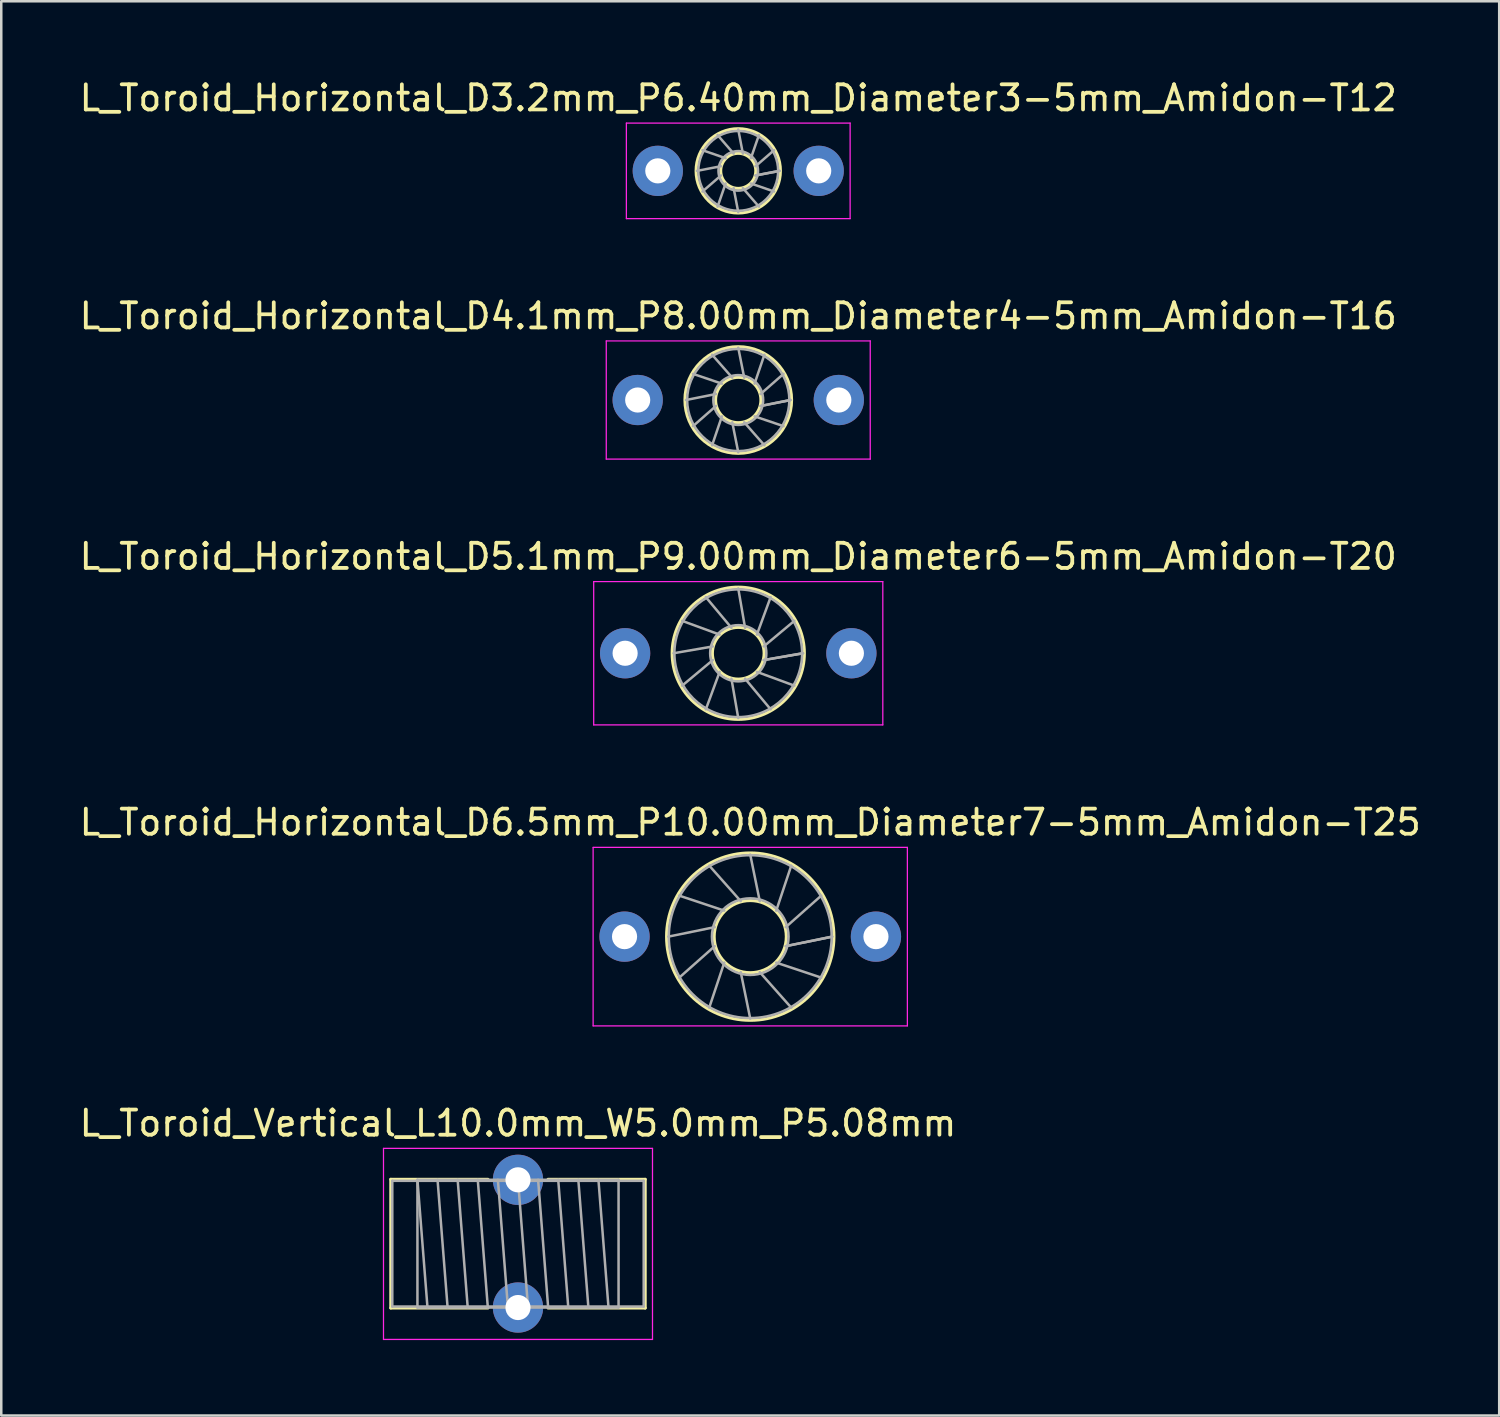
<source format=kicad_pcb>
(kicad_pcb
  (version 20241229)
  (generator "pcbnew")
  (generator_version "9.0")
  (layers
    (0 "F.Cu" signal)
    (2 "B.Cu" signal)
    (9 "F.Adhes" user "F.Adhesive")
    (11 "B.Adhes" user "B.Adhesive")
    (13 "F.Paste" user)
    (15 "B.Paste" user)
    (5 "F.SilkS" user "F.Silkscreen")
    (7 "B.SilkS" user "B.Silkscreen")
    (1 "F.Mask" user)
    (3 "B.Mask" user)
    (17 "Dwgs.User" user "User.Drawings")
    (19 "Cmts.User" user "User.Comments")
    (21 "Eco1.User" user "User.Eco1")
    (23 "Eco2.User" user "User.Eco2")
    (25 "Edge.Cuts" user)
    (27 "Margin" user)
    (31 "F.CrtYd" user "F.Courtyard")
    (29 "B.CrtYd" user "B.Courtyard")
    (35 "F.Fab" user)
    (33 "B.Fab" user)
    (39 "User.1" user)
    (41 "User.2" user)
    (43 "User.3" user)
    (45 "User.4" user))
  (footprint "L_Toroid_Horizontal_D6.5mm_P10.00mm_Diameter7-5mm_Amidon-T25"
    (layer "F.Cu")
    (at 21.792 34.206)
    (property "Reference" "L_Toroid_Horizontal_D6.5mm_P10.00mm_Diameter7-5mm_Amidon-T25" (at 5 -4.548 0) (layer "F.SilkS") (effects (font (size 1 1) (thickness 0.15))))
    (attr through_hole)
    (fp_circle (center 5 0) (end 6.434 0) (stroke (width 0.12) (type solid)) (fill no) (layer "F.SilkS"))
    (fp_circle (center 5 0) (end 8.329 0) (stroke (width 0.12) (type solid)) (fill no) (layer "F.SilkS"))
    (fp_line (start -1.25 -3.55) (end -1.25 3.55) (stroke (width 0.05) (type solid)) (layer "F.CrtYd"))
    (fp_line (start -1.25 3.55) (end 11.25 3.55) (stroke (width 0.05) (type solid)) (layer "F.CrtYd"))
    (fp_line (start 11.25 -3.55) (end -1.25 -3.55) (stroke (width 0.05) (type solid)) (layer "F.CrtYd"))
    (fp_line (start 11.25 3.55) (end 11.25 -3.55) (stroke (width 0.05) (type solid)) (layer "F.CrtYd"))
    (fp_line (start 1.738 0.000302) (end 3.587 -0.378) (stroke (width 0.1) (type solid)) (layer "F.Fab"))
    (fp_line (start 2.175 -1.631) (end 3.966 -1.034) (stroke (width 0.1) (type solid)) (layer "F.Fab"))
    (fp_line (start 2.175 1.631) (end 3.587 0.379) (stroke (width 0.1) (type solid)) (layer "F.Fab"))
    (fp_line (start 3.369 -2.825) (end 4.621 -1.413) (stroke (width 0.1) (type solid)) (layer "F.Fab"))
    (fp_line (start 3.369 2.825) (end 3.966 1.034) (stroke (width 0.1) (type solid)) (layer "F.Fab"))
    (fp_line (start 5 -3.262) (end 5.378 -1.413) (stroke (width 0.1) (type solid)) (layer "F.Fab"))
    (fp_line (start 5 3.262) (end 4.622 1.413) (stroke (width 0.1) (type solid)) (layer "F.Fab"))
    (fp_line (start 6.631 -2.825) (end 6.034 -1.034) (stroke (width 0.1) (type solid)) (layer "F.Fab"))
    (fp_line (start 6.631 2.825) (end 5.379 1.413) (stroke (width 0.1) (type solid)) (layer "F.Fab"))
    (fp_line (start 7.825 -1.631) (end 6.413 -0.379) (stroke (width 0.1) (type solid)) (layer "F.Fab"))
    (fp_line (start 7.825 1.631) (end 6.034 1.034) (stroke (width 0.1) (type solid)) (layer "F.Fab"))
    (fp_line (start 8.262 -0.001) (end 6.413 0.378) (stroke (width 0.1) (type solid)) (layer "F.Fab"))
    (fp_line (start 8.262 0) (end 6.413 0.379) (stroke (width 0.1) (type solid)) (layer "F.Fab"))
    (fp_circle (center 5 0) (end 6.524 0) (stroke (width 0.1) (type solid)) (fill no) (layer "F.Fab"))
    (fp_circle (center 5 0) (end 8.239 0) (stroke (width 0.1) (type solid)) (fill no) (layer "F.Fab"))
    (pad "1" thru_hole circle (at 0 0) (size 2 2) (drill 1) (layers "*.Cu" "*.Mask"))
    (pad "2" thru_hole circle (at 10 0) (size 2 2) (drill 1) (layers "*.Cu" "*.Mask")))
  (footprint "L_Toroid_Horizontal_D4.1mm_P8.00mm_Diameter4-5mm_Amidon-T16"
    (layer "F.Cu")
    (at 22.315 12.861)
    (property "Reference" "L_Toroid_Horizontal_D4.1mm_P8.00mm_Diameter4-5mm_Amidon-T16" (at 4 -3.342 0) (layer "F.SilkS") (effects (font (size 1 1) (thickness 0.15))))
    (attr through_hole)
    (fp_circle (center 4 0) (end 4.901 0) (stroke (width 0.12) (type solid)) (fill no) (layer "F.SilkS"))
    (fp_circle (center 4 0) (end 6.122 0) (stroke (width 0.12) (type solid)) (fill no) (layer "F.SilkS"))
    (fp_line (start -1.25 -2.35) (end -1.25 2.35) (stroke (width 0.05) (type solid)) (layer "F.CrtYd"))
    (fp_line (start -1.25 2.35) (end 9.25 2.35) (stroke (width 0.05) (type solid)) (layer "F.CrtYd"))
    (fp_line (start 9.25 -2.35) (end -1.25 -2.35) (stroke (width 0.05) (type solid)) (layer "F.CrtYd"))
    (fp_line (start 9.25 2.35) (end 9.25 -2.35) (stroke (width 0.05) (type solid)) (layer "F.CrtYd"))
    (fp_line (start 1.92 0.000193) (end 3.113 -0.238) (stroke (width 0.1) (type solid)) (layer "F.Fab"))
    (fp_line (start 2.199 -1.04) (end 3.35 -0.649) (stroke (width 0.1) (type solid)) (layer "F.Fab"))
    (fp_line (start 2.199 1.04) (end 3.113 0.238) (stroke (width 0.1) (type solid)) (layer "F.Fab"))
    (fp_line (start 2.96 -1.801) (end 3.762 -0.887) (stroke (width 0.1) (type solid)) (layer "F.Fab"))
    (fp_line (start 2.96 1.801) (end 3.35 0.65) (stroke (width 0.1) (type solid)) (layer "F.Fab"))
    (fp_line (start 4 -2.08) (end 4.238 -0.887) (stroke (width 0.1) (type solid)) (layer "F.Fab"))
    (fp_line (start 4 2.08) (end 3.762 0.887) (stroke (width 0.1) (type solid)) (layer "F.Fab"))
    (fp_line (start 5.04 -1.801) (end 4.649 -0.65) (stroke (width 0.1) (type solid)) (layer "F.Fab"))
    (fp_line (start 5.04 1.801) (end 4.238 0.887) (stroke (width 0.1) (type solid)) (layer "F.Fab"))
    (fp_line (start 5.801 -1.04) (end 4.887 -0.238) (stroke (width 0.1) (type solid)) (layer "F.Fab"))
    (fp_line (start 5.801 1.04) (end 4.65 0.65) (stroke (width 0.1) (type solid)) (layer "F.Fab"))
    (fp_line (start 6.08 -0.000385) (end 4.887 0.238) (stroke (width 0.1) (type solid)) (layer "F.Fab"))
    (fp_line (start 6.08 0) (end 4.887 0.238) (stroke (width 0.1) (type solid)) (layer "F.Fab"))
    (fp_circle (center 4 0) (end 4.991 0) (stroke (width 0.1) (type solid)) (fill no) (layer "F.Fab"))
    (fp_circle (center 4 0) (end 6.032 0) (stroke (width 0.1) (type solid)) (fill no) (layer "F.Fab"))
    (pad "1" thru_hole circle (at 0 0) (size 2 2) (drill 1) (layers "*.Cu" "*.Mask"))
    (pad "2" thru_hole circle (at 8 0) (size 2 2) (drill 1) (layers "*.Cu" "*.Mask")))
  (footprint "L_Toroid_Horizontal_D5.1mm_P9.00mm_Diameter6-5mm_Amidon-T20"
    (layer "F.Cu")
    (at 21.815 22.934)
    (property "Reference" "L_Toroid_Horizontal_D5.1mm_P9.00mm_Diameter6-5mm_Amidon-T20" (at 4.5 -3.85 0) (layer "F.SilkS") (effects (font (size 1 1) (thickness 0.15))))
    (attr through_hole)
    (fp_circle (center 4.5 0) (end 5.528 0) (stroke (width 0.12) (type solid)) (fill no) (layer "F.SilkS"))
    (fp_circle (center 4.5 0) (end 7.13 0) (stroke (width 0.12) (type solid)) (fill no) (layer "F.SilkS"))
    (fp_line (start -1.25 -2.85) (end -1.25 2.85) (stroke (width 0.05) (type solid)) (layer "F.CrtYd"))
    (fp_line (start -1.25 2.85) (end 10.25 2.85) (stroke (width 0.05) (type solid)) (layer "F.CrtYd"))
    (fp_line (start 10.25 -2.85) (end -1.25 -2.85) (stroke (width 0.05) (type solid)) (layer "F.CrtYd"))
    (fp_line (start 10.25 2.85) (end 10.25 -2.85) (stroke (width 0.05) (type solid)) (layer "F.CrtYd"))
    (fp_line (start 1.923 0.000239) (end 3.488 -0.271) (stroke (width 0.1) (type solid)) (layer "F.Fab"))
    (fp_line (start 2.268 -1.288) (end 3.759 -0.741) (stroke (width 0.1) (type solid)) (layer "F.Fab"))
    (fp_line (start 2.268 1.289) (end 3.488 0.271) (stroke (width 0.1) (type solid)) (layer "F.Fab"))
    (fp_line (start 3.211 -2.232) (end 4.229 -1.012) (stroke (width 0.1) (type solid)) (layer "F.Fab"))
    (fp_line (start 3.211 2.232) (end 3.759 0.741) (stroke (width 0.1) (type solid)) (layer "F.Fab"))
    (fp_line (start 4.5 -2.577) (end 4.771 -1.012) (stroke (width 0.1) (type solid)) (layer "F.Fab"))
    (fp_line (start 4.5 2.577) (end 4.229 1.012) (stroke (width 0.1) (type solid)) (layer "F.Fab"))
    (fp_line (start 5.788 -2.232) (end 5.241 -0.741) (stroke (width 0.1) (type solid)) (layer "F.Fab"))
    (fp_line (start 5.789 2.232) (end 4.771 1.012) (stroke (width 0.1) (type solid)) (layer "F.Fab"))
    (fp_line (start 6.732 -1.289) (end 5.512 -0.271) (stroke (width 0.1) (type solid)) (layer "F.Fab"))
    (fp_line (start 6.732 1.289) (end 5.241 0.741) (stroke (width 0.1) (type solid)) (layer "F.Fab"))
    (fp_line (start 7.077 -0.000478) (end 5.512 0.271) (stroke (width 0.1) (type solid)) (layer "F.Fab"))
    (fp_line (start 7.077 0) (end 5.512 0.271) (stroke (width 0.1) (type solid)) (layer "F.Fab"))
    (fp_circle (center 4.5 0) (end 5.618 0) (stroke (width 0.1) (type solid)) (fill no) (layer "F.Fab"))
    (fp_circle (center 4.5 0) (end 7.04 0) (stroke (width 0.1) (type solid)) (fill no) (layer "F.Fab"))
    (pad "1" thru_hole circle (at 0 0) (size 2 2) (drill 1) (layers "*.Cu" "*.Mask"))
    (pad "2" thru_hole circle (at 9 0) (size 2 2) (drill 1) (layers "*.Cu" "*.Mask")))
  (footprint "L_Toroid_Vertical_L10.0mm_W5.0mm_P5.08mm"
    (layer "F.Cu")
    (at 17.554 43.879)
    (property "Reference" "L_Toroid_Vertical_L10.0mm_W5.0mm_P5.08mm" (at 0 -2.25 0) (layer "F.SilkS") (effects (font (size 1 1) (thickness 0.15))))
    (attr through_hole)
    (fp_line (start -5.06 -0.02) (end -5.06 5.1) (stroke (width 0.12) (type solid)) (layer "F.SilkS"))
    (fp_line (start -5.06 -0.02) (end -1.195 -0.02) (stroke (width 0.12) (type solid)) (layer "F.SilkS"))
    (fp_line (start -5.06 5.1) (end -1.195 5.1) (stroke (width 0.12) (type solid)) (layer "F.SilkS"))
    (fp_line (start 1.195 -0.02) (end 5.06 -0.02) (stroke (width 0.12) (type solid)) (layer "F.SilkS"))
    (fp_line (start 1.195 5.1) (end 5.06 5.1) (stroke (width 0.12) (type solid)) (layer "F.SilkS"))
    (fp_line (start 5.06 -0.02) (end 5.06 5.1) (stroke (width 0.12) (type solid)) (layer "F.SilkS"))
    (fp_line (start -5.35 -1.25) (end -5.35 6.35) (stroke (width 0.05) (type solid)) (layer "F.CrtYd"))
    (fp_line (start -5.35 6.35) (end 5.35 6.35) (stroke (width 0.05) (type solid)) (layer "F.CrtYd"))
    (fp_line (start 5.35 -1.25) (end -5.35 -1.25) (stroke (width 0.05) (type solid)) (layer "F.CrtYd"))
    (fp_line (start 5.35 6.35) (end 5.35 -1.25) (stroke (width 0.05) (type solid)) (layer "F.CrtYd"))
    (fp_line (start -5 0.04) (end -5 5.04) (stroke (width 0.1) (type solid)) (layer "F.Fab"))
    (fp_line (start -5 5.04) (end 5 5.04) (stroke (width 0.1) (type solid)) (layer "F.Fab"))
    (fp_line (start -4 0) (end -4 5.08) (stroke (width 0.1) (type solid)) (layer "F.Fab"))
    (fp_line (start -4 0) (end -3.6 5.08) (stroke (width 0.1) (type solid)) (layer "F.Fab"))
    (fp_line (start -4 5.08) (end 4 5.08) (stroke (width 0.1) (type solid)) (layer "F.Fab"))
    (fp_line (start -3.2 0) (end -2.8 5.08) (stroke (width 0.1) (type solid)) (layer "F.Fab"))
    (fp_line (start -2.4 0) (end -2 5.08) (stroke (width 0.1) (type solid)) (layer "F.Fab"))
    (fp_line (start -1.6 0) (end -1.2 5.08) (stroke (width 0.1) (type solid)) (layer "F.Fab"))
    (fp_line (start -0.8 0) (end -0.4 5.08) (stroke (width 0.1) (type solid)) (layer "F.Fab"))
    (fp_line (start 0 0) (end 0.4 5.08) (stroke (width 0.1) (type solid)) (layer "F.Fab"))
    (fp_line (start 0.8 0) (end 1.2 5.08) (stroke (width 0.1) (type solid)) (layer "F.Fab"))
    (fp_line (start 1.6 0) (end 2 5.08) (stroke (width 0.1) (type solid)) (layer "F.Fab"))
    (fp_line (start 2.4 0) (end 2.8 5.08) (stroke (width 0.1) (type solid)) (layer "F.Fab"))
    (fp_line (start 3.2 0) (end 3.6 5.08) (stroke (width 0.1) (type solid)) (layer "F.Fab"))
    (fp_line (start 4 0) (end -4 0) (stroke (width 0.1) (type solid)) (layer "F.Fab"))
    (fp_line (start 4 5.08) (end 4 0) (stroke (width 0.1) (type solid)) (layer "F.Fab"))
    (fp_line (start 5 0.04) (end -5 0.04) (stroke (width 0.1) (type solid)) (layer "F.Fab"))
    (fp_line (start 5 5.04) (end 5 0.04) (stroke (width 0.1) (type solid)) (layer "F.Fab"))
    (pad "1" thru_hole circle (at 0 0) (size 2 2) (drill 1) (layers "*.Cu" "*.Mask"))
    (pad "2" thru_hole circle (at 0 5.08) (size 2 2) (drill 1) (layers "*.Cu" "*.Mask")))
  (footprint "L_Toroid_Horizontal_D3.2mm_P6.40mm_Diameter3-5mm_Amidon-T12"
    (layer "F.Cu")
    (at 23.115 3.746)
    (property "Reference" "L_Toroid_Horizontal_D3.2mm_P6.40mm_Diameter3-5mm_Amidon-T12" (at 3.2 -2.897 0) (layer "F.SilkS") (effects (font (size 1 1) (thickness 0.15))))
    (attr through_hole)
    (fp_circle (center 3.2 0) (end 3.897 0) (stroke (width 0.12) (type solid)) (fill no) (layer "F.SilkS"))
    (fp_circle (center 3.2 0) (end 4.878 0) (stroke (width 0.12) (type solid)) (fill no) (layer "F.SilkS"))
    (fp_line (start -1.25 -1.9) (end -1.25 1.9) (stroke (width 0.05) (type solid)) (layer "F.CrtYd"))
    (fp_line (start -1.25 1.9) (end 7.65 1.9) (stroke (width 0.05) (type solid)) (layer "F.CrtYd"))
    (fp_line (start 7.65 -1.9) (end -1.25 -1.9) (stroke (width 0.05) (type solid)) (layer "F.CrtYd"))
    (fp_line (start 7.65 1.9) (end 7.65 -1.9) (stroke (width 0.05) (type solid)) (layer "F.CrtYd"))
    (fp_line (start 1.556 0.000152) (end 2.513 -0.184) (stroke (width 0.1) (type solid)) (layer "F.Fab"))
    (fp_line (start 1.776 -0.822) (end 2.697 -0.503) (stroke (width 0.1) (type solid)) (layer "F.Fab"))
    (fp_line (start 1.776 0.822) (end 2.513 0.184) (stroke (width 0.1) (type solid)) (layer "F.Fab"))
    (fp_line (start 2.378 -1.424) (end 3.016 -0.687) (stroke (width 0.1) (type solid)) (layer "F.Fab"))
    (fp_line (start 2.378 1.424) (end 2.697 0.503) (stroke (width 0.1) (type solid)) (layer "F.Fab"))
    (fp_line (start 3.2 -1.644) (end 3.384 -0.687) (stroke (width 0.1) (type solid)) (layer "F.Fab"))
    (fp_line (start 3.2 1.644) (end 3.016 0.687) (stroke (width 0.1) (type solid)) (layer "F.Fab"))
    (fp_line (start 4.022 -1.424) (end 3.703 -0.503) (stroke (width 0.1) (type solid)) (layer "F.Fab"))
    (fp_line (start 4.022 1.424) (end 3.384 0.687) (stroke (width 0.1) (type solid)) (layer "F.Fab"))
    (fp_line (start 4.624 -0.822) (end 3.887 -0.184) (stroke (width 0.1) (type solid)) (layer "F.Fab"))
    (fp_line (start 4.624 0.822) (end 3.703 0.503) (stroke (width 0.1) (type solid)) (layer "F.Fab"))
    (fp_line (start 4.844 -0.000305) (end 3.887 0.184) (stroke (width 0.1) (type solid)) (layer "F.Fab"))
    (fp_line (start 4.844 0) (end 3.887 0.184) (stroke (width 0.1) (type solid)) (layer "F.Fab"))
    (fp_circle (center 3.2 0) (end 3.987 0) (stroke (width 0.1) (type solid)) (fill no) (layer "F.Fab"))
    (fp_circle (center 3.2 0) (end 4.787 0) (stroke (width 0.1) (type solid)) (fill no) (layer "F.Fab"))
    (pad "1" thru_hole circle (at 0 0) (size 2 2) (drill 1) (layers "*.Cu" "*.Mask"))
    (pad "2" thru_hole circle (at 6.4 0) (size 2 2) (drill 1) (layers "*.Cu" "*.Mask")))
  (gr_rect
    (start -3 -3)
    (end 56.583 53.254)
    (stroke (width 0.1) (type default))
    (fill no)
    (layer "Edge.Cuts")))
</source>
